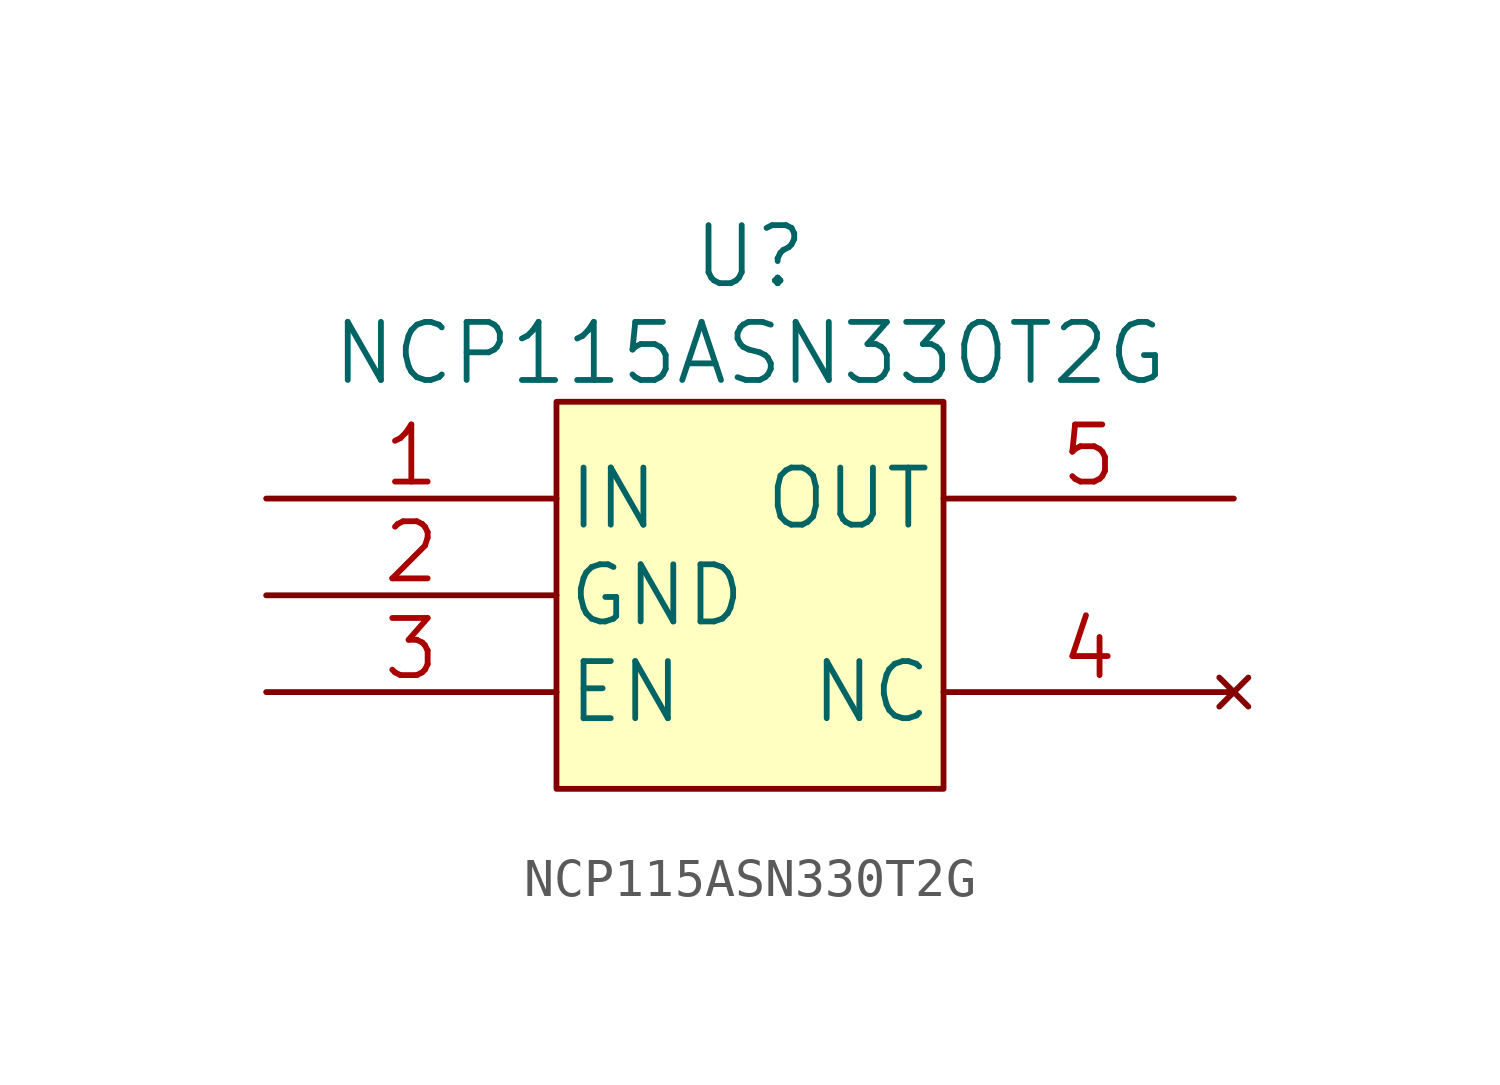
<source format=kicad_sym>
(kicad_symbol_lib
  (version 20211014)
  (generator kicad_symbol_editor)
  (symbol "NCP115ASN330T2G"
    (pin_names
      (offset 0.254))
    (property "Reference" "U"
      (at 0 8.89 0)
      (effects (font (size 1.524 1.524))))
    (property "Value" "NCP115ASN330T2G"
      (at 0 6.35 0)
      (effects (font (size 1.524 1.524))))
    (property "Datasheet" ""
      (at -12.7 2.54 0)
      (effects (font (size 1.524 1.524))))
    (property "ki_locked" ""
      (at 0 0 0)
      (effects (font (size 1.27 1.27))))
    (symbol "NCP115ASN330T2G_1_1"
      (rectangle (start -5.08 5.08) (end 5.08 -5.08) (stroke (width 0) (type default) (color 0 0 0 0)) (fill (type background)))
      (pin input line (at -12.7 2.54 0) (length 7.62) (name "IN" (effects (font (size 1.499 1.499)))) (number "1" (effects (font (size 1.499 1.499)))))
      (pin power_in line (at -12.7 0 0) (length 7.62) (name "GND" (effects (font (size 1.499 1.499)))) (number "2" (effects (font (size 1.499 1.499)))))
      (pin unspecified line (at -12.7 -2.54 0) (length 7.62) (name "EN" (effects (font (size 1.499 1.499)))) (number "3" (effects (font (size 1.499 1.499)))))
      (pin no_connect line (at 12.7 -2.54 180) (length 7.62) (name "NC" (effects (font (size 1.499 1.499)))) (number "4" (effects (font (size 1.499 1.499)))))
      (pin output line (at 12.7 2.54 180) (length 7.62) (name "OUT" (effects (font (size 1.499 1.499)))) (number "5" (effects (font (size 1.499 1.499))))))))
</source>
